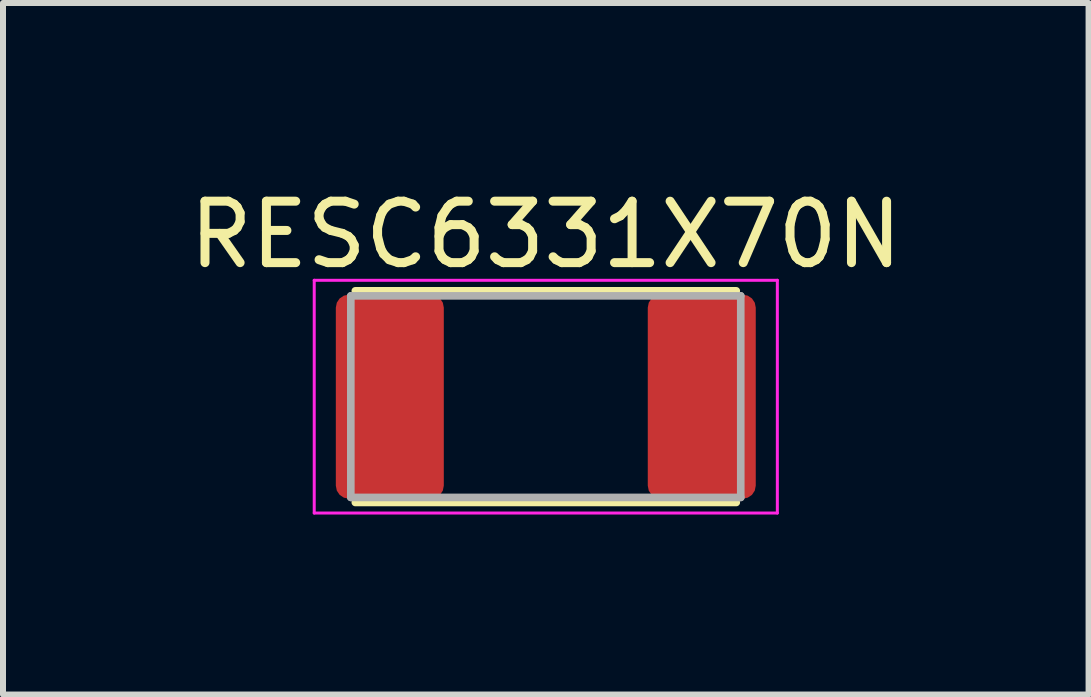
<source format=kicad_pcb>
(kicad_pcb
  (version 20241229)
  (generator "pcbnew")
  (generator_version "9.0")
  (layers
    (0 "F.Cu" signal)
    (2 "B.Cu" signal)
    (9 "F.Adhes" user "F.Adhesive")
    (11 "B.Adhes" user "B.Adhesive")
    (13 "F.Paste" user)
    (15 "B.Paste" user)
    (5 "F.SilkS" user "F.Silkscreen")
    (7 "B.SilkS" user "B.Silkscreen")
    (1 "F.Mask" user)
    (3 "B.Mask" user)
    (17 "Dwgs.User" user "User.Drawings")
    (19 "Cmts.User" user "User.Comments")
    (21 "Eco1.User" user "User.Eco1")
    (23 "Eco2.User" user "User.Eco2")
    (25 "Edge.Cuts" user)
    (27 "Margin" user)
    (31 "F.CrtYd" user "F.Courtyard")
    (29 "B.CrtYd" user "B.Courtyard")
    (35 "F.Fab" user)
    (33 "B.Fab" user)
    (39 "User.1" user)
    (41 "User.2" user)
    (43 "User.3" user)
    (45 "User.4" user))
  (footprint "RESC6331X70N"
    (layer "F.Cu")
    (at 6.048 3.562)
    (property "Reference" "RESC6331X70N" (at 0 -2.7 0) (layer "F.SilkS") (effects (font (size 1.024 1.024) (thickness 0.15))))
    (attr through_hole)
    (fp_line (start -3.175 -1.764) (end 3.175 -1.764) (stroke (width 0.127) (type solid)) (layer "F.SilkS"))
    (fp_line (start -3.175 1.764) (end 3.175 1.764) (stroke (width 0.127) (type solid)) (layer "F.SilkS"))
    (fp_line (start -3.86 -1.94) (end 3.86 -1.94) (stroke (width 0.05) (type solid)) (layer "F.CrtYd"))
    (fp_line (start -3.86 1.94) (end -3.86 -1.94) (stroke (width 0.05) (type solid)) (layer "F.CrtYd"))
    (fp_line (start 3.86 -1.94) (end 3.86 1.94) (stroke (width 0.05) (type solid)) (layer "F.CrtYd"))
    (fp_line (start 3.86 1.94) (end -3.86 1.94) (stroke (width 0.05) (type solid)) (layer "F.CrtYd"))
    (fp_line (start -3.25 -1.68) (end -3.25 1.68) (stroke (width 0.127) (type solid)) (layer "F.Fab"))
    (fp_line (start -3.25 -1.68) (end 3.25 -1.68) (stroke (width 0.127) (type solid)) (layer "F.Fab"))
    (fp_line (start -3.25 1.68) (end 3.25 1.68) (stroke (width 0.127) (type solid)) (layer "F.Fab"))
    (fp_line (start 3.25 -1.68) (end 3.25 1.68) (stroke (width 0.127) (type solid)) (layer "F.Fab"))
    (pad "1" smd roundrect (at -2.6 0) (size 1.8 3.4) (layers "F.Cu" "F.Mask" "F.Paste") (roundrect_rratio 0.12))
    (pad "2" smd roundrect (at 2.6 0) (size 1.8 3.4) (layers "F.Cu" "F.Mask" "F.Paste") (roundrect_rratio 0.12)))
  (gr_rect
    (start -3 -3)
    (end 15.096 8.527)
    (stroke (width 0.1) (type default))
    (fill no)
    (layer "Edge.Cuts")))
</source>
